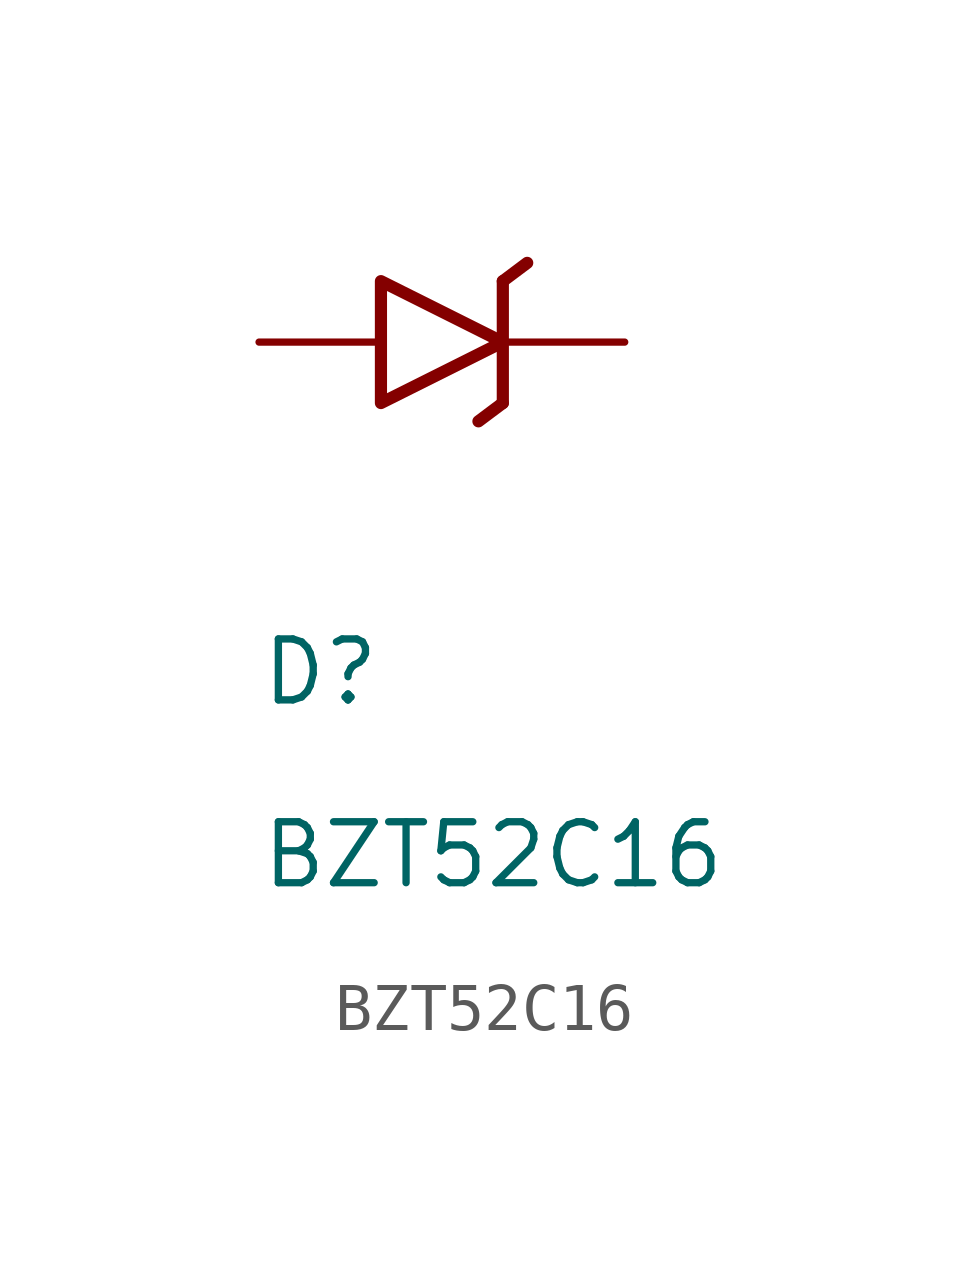
<source format=kicad_sym>
(kicad_symbol_lib
  (version 20241209)
  (generator "kicad_symbol_editor")
  (generator_version "9.0")
  (symbol "BZT52C16"
    (pin_numbers
      (hide yes))
    (pin_names
      (hide yes))
    (property "Reference" "D"
      (at 0 -7.62 0)
      (effects (font (size 1.27 1.27)) (justify left bottom)))
    (property "Value" "BZT52C16"
      (at 0 -11.43 0)
      (effects (font (size 1.27 1.27)) (justify left bottom)))
    (symbol "BZT52C16_0_1"
      (polyline (pts (xy 2.54 1.27) (xy 2.54 -1.27) (xy 5.08 0) (xy 2.54 1.27)) (stroke (width 0.254) (type default)) (fill (type none))))
    (symbol "BZT52C16_1_1"
      (polyline (pts (xy 4.572 -1.651) (xy 5.08 -1.27)) (stroke (width 0.254) (type solid)) (fill (type none)))
      (polyline (pts (xy 5.08 1.27) (xy 5.08 -1.27)) (stroke (width 0.254) (type solid)) (fill (type none)))
      (polyline (pts (xy 5.08 1.27) (xy 5.588 1.651)) (stroke (width 0.254) (type solid)) (fill (type none)))
      (pin passive line (at 0 0 0) (length 2.54) (name "A" (effects (font (size 1.27 1.27)))) (number "2" (effects (font (size 1.016 1.016)))))
      (pin passive line (at 7.62 0 180) (length 2.54) (name "K" (effects (font (size 1.27 1.27)))) (number "1" (effects (font (size 1.016 1.016))))))))
</source>
